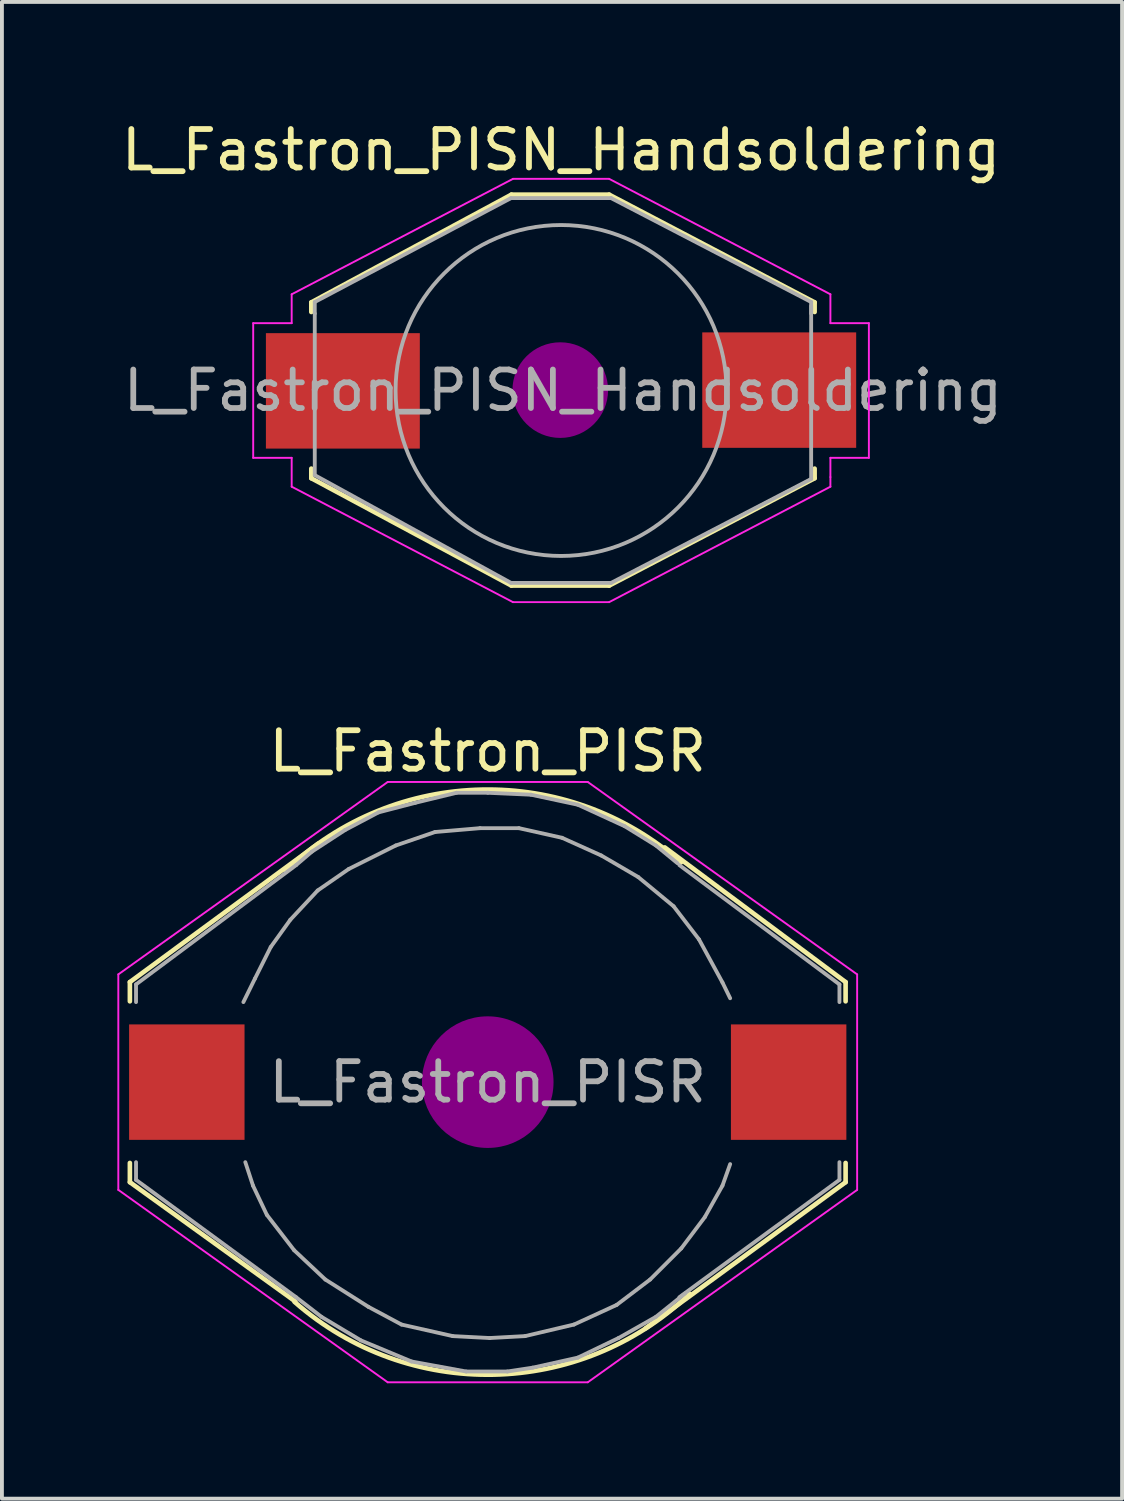
<source format=kicad_pcb>
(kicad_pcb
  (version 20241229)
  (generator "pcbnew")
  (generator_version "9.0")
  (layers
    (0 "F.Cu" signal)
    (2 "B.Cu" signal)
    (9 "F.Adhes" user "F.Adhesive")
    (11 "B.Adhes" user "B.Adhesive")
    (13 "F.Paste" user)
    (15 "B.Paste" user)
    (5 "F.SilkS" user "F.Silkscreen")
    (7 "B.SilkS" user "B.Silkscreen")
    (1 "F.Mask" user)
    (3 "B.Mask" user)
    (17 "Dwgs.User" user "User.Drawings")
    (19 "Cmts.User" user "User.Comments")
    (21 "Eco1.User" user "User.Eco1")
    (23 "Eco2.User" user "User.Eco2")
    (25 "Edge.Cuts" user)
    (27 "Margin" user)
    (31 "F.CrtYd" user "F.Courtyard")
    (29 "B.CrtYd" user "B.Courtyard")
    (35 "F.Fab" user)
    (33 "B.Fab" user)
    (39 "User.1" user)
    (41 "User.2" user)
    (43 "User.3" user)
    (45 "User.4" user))
  (footprint "L_Fastron_PISR"
    (layer "F.Cu")
    (at 9.625 25.072)
    (property "Reference" "L_Fastron_PISR" (at 0 -8.6 0) (layer "F.SilkS") (effects (font (size 1 1) (thickness 0.15))))
    (attr smd)
    (fp_line (start -9.3 -2.6) (end -9.3 -2.1) (stroke (width 0.12) (type solid)) (layer "F.SilkS"))
    (fp_line (start -9.3 -2.6) (end -4.4 -6.2) (stroke (width 0.12) (type solid)) (layer "F.SilkS"))
    (fp_line (start -9.3 2.6) (end -9.3 2.1) (stroke (width 0.12) (type solid)) (layer "F.SilkS"))
    (fp_line (start -5 5.7) (end -9.3 2.6) (stroke (width 0.12) (type solid)) (layer "F.SilkS"))
    (fp_line (start 4.1 6.4) (end 9.3 2.6) (stroke (width 0.12) (type solid)) (layer "F.SilkS"))
    (fp_line (start 4.6 -6.1) (end 9.3 -2.6) (stroke (width 0.12) (type solid)) (layer "F.SilkS"))
    (fp_line (start 9.3 -2.6) (end 9.3 -2.1) (stroke (width 0.12) (type solid)) (layer "F.SilkS"))
    (fp_line (start 9.3 2.6) (end 9.3 2.1) (stroke (width 0.12) (type solid)) (layer "F.SilkS"))
    (fp_arc (start -5.25 -5.5) (mid -0.15496 -7.601874) (end 5.021503 -5.709379) (stroke (width 0.12) (type solid)) (layer "F.SilkS"))
    (fp_arc (start 5.25 5.5) (mid 0.15496 7.601874) (end -5.021503 5.709379) (stroke (width 0.12) (type solid)) (layer "F.SilkS"))
    (fp_line (start 0 -0.25) (end 0 0.25) (stroke (width 0.38) (type solid)) (layer "F.Adhes"))
    (fp_circle (center 0 0) (end 0 0.25) (stroke (width 0.38) (type solid)) (fill no) (layer "F.Adhes"))
    (fp_circle (center 0 0) (end 0 0.51) (stroke (width 0.38) (type solid)) (fill no) (layer "F.Adhes"))
    (fp_circle (center 0 0) (end 0 0.76) (stroke (width 0.38) (type solid)) (fill no) (layer "F.Adhes"))
    (fp_circle (center 0 0) (end 0 1.02) (stroke (width 0.38) (type solid)) (fill no) (layer "F.Adhes"))
    (fp_circle (center 0 0) (end 0 1.27) (stroke (width 0.38) (type solid)) (fill no) (layer "F.Adhes"))
    (fp_circle (center 0 0) (end 0 1.52) (stroke (width 0.38) (type solid)) (fill no) (layer "F.Adhes"))
    (fp_line (start -9.6 -2.8) (end -2.6 -7.8) (stroke (width 0.05) (type solid)) (layer "F.CrtYd"))
    (fp_line (start -9.6 2.8) (end -9.6 -2.8) (stroke (width 0.05) (type solid)) (layer "F.CrtYd"))
    (fp_line (start -2.6 -7.8) (end 2.6 -7.8) (stroke (width 0.05) (type solid)) (layer "F.CrtYd"))
    (fp_line (start -2.6 7.8) (end -9.6 2.8) (stroke (width 0.05) (type solid)) (layer "F.CrtYd"))
    (fp_line (start 2.6 -7.8) (end 9.6 -2.8) (stroke (width 0.05) (type solid)) (layer "F.CrtYd"))
    (fp_line (start 2.6 7.8) (end -2.6 7.8) (stroke (width 0.05) (type solid)) (layer "F.CrtYd"))
    (fp_line (start 9.6 -2.8) (end 9.6 2.8) (stroke (width 0.05) (type solid)) (layer "F.CrtYd"))
    (fp_line (start 9.6 2.8) (end 2.6 7.8) (stroke (width 0.05) (type solid)) (layer "F.CrtYd"))
    (fp_line (start -9.14 -2.54) (end -4.98 -5.64) (stroke (width 0.1) (type solid)) (layer "F.Fab"))
    (fp_line (start -9.14 -2.08) (end -9.14 -2.54) (stroke (width 0.1) (type solid)) (layer "F.Fab"))
    (fp_line (start -9.14 2.08) (end -9.14 2.54) (stroke (width 0.1) (type solid)) (layer "F.Fab"))
    (fp_line (start -9.14 2.54) (end -4.98 5.59) (stroke (width 0.1) (type solid)) (layer "F.Fab"))
    (fp_line (start -6.35 -2.08) (end -6.05 -2.69) (stroke (width 0.1) (type solid)) (layer "F.Fab"))
    (fp_line (start -6.3 2.08) (end -6.1 2.69) (stroke (width 0.1) (type solid)) (layer "F.Fab"))
    (fp_line (start -6.1 2.69) (end -5.74 3.45) (stroke (width 0.1) (type solid)) (layer "F.Fab"))
    (fp_line (start -6.05 -2.69) (end -5.64 -3.51) (stroke (width 0.1) (type solid)) (layer "F.Fab"))
    (fp_line (start -5.74 3.45) (end -5.03 4.37) (stroke (width 0.1) (type solid)) (layer "F.Fab"))
    (fp_line (start -5.64 -3.51) (end -5.13 -4.22) (stroke (width 0.1) (type solid)) (layer "F.Fab"))
    (fp_line (start -5.13 -4.22) (end -4.42 -4.98) (stroke (width 0.1) (type solid)) (layer "F.Fab"))
    (fp_line (start -5.03 4.37) (end -4.22 5.13) (stroke (width 0.1) (type solid)) (layer "F.Fab"))
    (fp_line (start -4.98 -5.64) (end -4.57 -5.99) (stroke (width 0.1) (type solid)) (layer "F.Fab"))
    (fp_line (start -4.98 5.59) (end -4.32 6.1) (stroke (width 0.1) (type solid)) (layer "F.Fab"))
    (fp_line (start -4.57 -5.99) (end -3.71 -6.55) (stroke (width 0.1) (type solid)) (layer "F.Fab"))
    (fp_line (start -4.42 -4.98) (end -3.61 -5.54) (stroke (width 0.1) (type solid)) (layer "F.Fab"))
    (fp_line (start -4.32 6.1) (end -3.3 6.71) (stroke (width 0.1) (type solid)) (layer "F.Fab"))
    (fp_line (start -4.22 5.13) (end -3.1 5.84) (stroke (width 0.1) (type solid)) (layer "F.Fab"))
    (fp_line (start -3.71 -6.55) (end -2.84 -7.01) (stroke (width 0.1) (type solid)) (layer "F.Fab"))
    (fp_line (start -3.61 -5.54) (end -2.39 -6.15) (stroke (width 0.1) (type solid)) (layer "F.Fab"))
    (fp_line (start -3.3 6.71) (end -1.98 7.26) (stroke (width 0.1) (type solid)) (layer "F.Fab"))
    (fp_line (start -3.1 5.84) (end -2.24 6.3) (stroke (width 0.1) (type solid)) (layer "F.Fab"))
    (fp_line (start -2.84 -7.01) (end -1.88 -7.26) (stroke (width 0.1) (type solid)) (layer "F.Fab"))
    (fp_line (start -2.39 -6.15) (end -1.37 -6.5) (stroke (width 0.1) (type solid)) (layer "F.Fab"))
    (fp_line (start -2.24 6.3) (end -0.91 6.6) (stroke (width 0.1) (type solid)) (layer "F.Fab"))
    (fp_line (start -1.98 7.26) (end -0.56 7.52) (stroke (width 0.1) (type solid)) (layer "F.Fab"))
    (fp_line (start -1.88 -7.26) (end -0.81 -7.52) (stroke (width 0.1) (type solid)) (layer "F.Fab"))
    (fp_line (start -1.37 -6.5) (end -0.2 -6.6) (stroke (width 0.1) (type solid)) (layer "F.Fab"))
    (fp_line (start -0.91 6.6) (end 0.05 6.65) (stroke (width 0.1) (type solid)) (layer "F.Fab"))
    (fp_line (start -0.81 -7.52) (end 0 -7.52) (stroke (width 0.1) (type solid)) (layer "F.Fab"))
    (fp_line (start -0.56 7.52) (end 0.51 7.52) (stroke (width 0.1) (type solid)) (layer "F.Fab"))
    (fp_line (start -0.2 -6.6) (end 0.81 -6.6) (stroke (width 0.1) (type solid)) (layer "F.Fab"))
    (fp_line (start 0 -7.52) (end 1.12 -7.47) (stroke (width 0.1) (type solid)) (layer "F.Fab"))
    (fp_line (start 0.05 6.65) (end 0.97 6.6) (stroke (width 0.1) (type solid)) (layer "F.Fab"))
    (fp_line (start 0.51 7.52) (end 1.17 7.42) (stroke (width 0.1) (type solid)) (layer "F.Fab"))
    (fp_line (start 0.81 -6.6) (end 1.93 -6.35) (stroke (width 0.1) (type solid)) (layer "F.Fab"))
    (fp_line (start 0.97 6.6) (end 2.24 6.3) (stroke (width 0.1) (type solid)) (layer "F.Fab"))
    (fp_line (start 1.12 -7.47) (end 2.34 -7.21) (stroke (width 0.1) (type solid)) (layer "F.Fab"))
    (fp_line (start 1.17 7.42) (end 2.34 7.16) (stroke (width 0.1) (type solid)) (layer "F.Fab"))
    (fp_line (start 1.93 -6.35) (end 2.95 -5.89) (stroke (width 0.1) (type solid)) (layer "F.Fab"))
    (fp_line (start 2.24 6.3) (end 3.35 5.79) (stroke (width 0.1) (type solid)) (layer "F.Fab"))
    (fp_line (start 2.34 -7.21) (end 3.56 -6.65) (stroke (width 0.1) (type solid)) (layer "F.Fab"))
    (fp_line (start 2.34 7.16) (end 3.4 6.65) (stroke (width 0.1) (type solid)) (layer "F.Fab"))
    (fp_line (start 2.95 -5.89) (end 3.91 -5.33) (stroke (width 0.1) (type solid)) (layer "F.Fab"))
    (fp_line (start 3.35 5.79) (end 4.22 5.13) (stroke (width 0.1) (type solid)) (layer "F.Fab"))
    (fp_line (start 3.4 6.65) (end 4.37 6.1) (stroke (width 0.1) (type solid)) (layer "F.Fab"))
    (fp_line (start 3.56 -6.65) (end 4.37 -6.15) (stroke (width 0.1) (type solid)) (layer "F.Fab"))
    (fp_line (start 3.91 -5.33) (end 4.83 -4.57) (stroke (width 0.1) (type solid)) (layer "F.Fab"))
    (fp_line (start 4.22 5.13) (end 5.03 4.32) (stroke (width 0.1) (type solid)) (layer "F.Fab"))
    (fp_line (start 4.37 -6.15) (end 4.93 -5.69) (stroke (width 0.1) (type solid)) (layer "F.Fab"))
    (fp_line (start 4.37 6.1) (end 5.13 5.49) (stroke (width 0.1) (type solid)) (layer "F.Fab"))
    (fp_line (start 4.83 -4.57) (end 5.49 -3.71) (stroke (width 0.1) (type solid)) (layer "F.Fab"))
    (fp_line (start 5.03 4.32) (end 5.64 3.51) (stroke (width 0.1) (type solid)) (layer "F.Fab"))
    (fp_line (start 5.49 -3.71) (end 6.1 -2.59) (stroke (width 0.1) (type solid)) (layer "F.Fab"))
    (fp_line (start 5.64 3.51) (end 6.1 2.69) (stroke (width 0.1) (type solid)) (layer "F.Fab"))
    (fp_line (start 6.1 -2.59) (end 6.3 -2.18) (stroke (width 0.1) (type solid)) (layer "F.Fab"))
    (fp_line (start 6.1 2.69) (end 6.3 2.13) (stroke (width 0.1) (type solid)) (layer "F.Fab"))
    (fp_line (start 9.14 -2.54) (end 4.98 -5.64) (stroke (width 0.1) (type solid)) (layer "F.Fab"))
    (fp_line (start 9.14 -2.08) (end 9.14 -2.54) (stroke (width 0.1) (type solid)) (layer "F.Fab"))
    (fp_line (start 9.14 2.08) (end 9.14 2.54) (stroke (width 0.1) (type solid)) (layer "F.Fab"))
    (fp_line (start 9.14 2.54) (end 4.98 5.59) (stroke (width 0.1) (type solid)) (layer "F.Fab"))
    (fp_text user "${REFERENCE}" (at 0 0 0) (layer "F.Fab") (effects (font (size 1 1) (thickness 0.15))))
    (pad "1" smd rect (at 7.82 0) (size 3 3) (layers "F.Cu" "F.Mask" "F.Paste"))
    (pad "2" smd rect (at -7.82 0) (size 3 3) (layers "F.Cu" "F.Mask" "F.Paste")))
  (footprint "L_Fastron_PISN_Handsoldering"
    (layer "F.Cu")
    (at 11.53 7.098)
    (property "Reference" "L_Fastron_PISN_Handsoldering" (at 0 -6.25 0) (layer "F.SilkS") (effects (font (size 1 1) (thickness 0.15))))
    (attr smd)
    (fp_line (start -6.49 -2.29) (end -6.49 -2.04) (stroke (width 0.12) (type solid)) (layer "F.SilkS"))
    (fp_line (start -6.49 2.28) (end -6.49 2.03) (stroke (width 0.12) (type solid)) (layer "F.SilkS"))
    (fp_line (start -1.29 -5.09) (end -6.49 -2.29) (stroke (width 0.12) (type solid)) (layer "F.SilkS"))
    (fp_line (start -1.29 -5.09) (end 1.25 -5.09) (stroke (width 0.12) (type solid)) (layer "F.SilkS"))
    (fp_line (start -1.29 5.07) (end -6.49 2.28) (stroke (width 0.12) (type solid)) (layer "F.SilkS"))
    (fp_line (start -1.29 5.07) (end 1.25 5.07) (stroke (width 0.12) (type solid)) (layer "F.SilkS"))
    (fp_line (start 1.25 -5.09) (end 6.59 -2.29) (stroke (width 0.12) (type solid)) (layer "F.SilkS"))
    (fp_line (start 1.25 5.07) (end 6.59 2.28) (stroke (width 0.12) (type solid)) (layer "F.SilkS"))
    (fp_line (start 6.59 -2.29) (end 6.59 -2.04) (stroke (width 0.12) (type solid)) (layer "F.SilkS"))
    (fp_line (start 6.59 2.28) (end 6.59 2.03) (stroke (width 0.12) (type solid)) (layer "F.SilkS"))
    (fp_line (start -0.02 -0.26) (end -0.02 0.25) (stroke (width 0.38) (type solid)) (layer "F.Adhes"))
    (fp_circle (center -0.02 -0.01) (end -0.02 0.5) (stroke (width 0.38) (type solid)) (fill no) (layer "F.Adhes"))
    (fp_circle (center -0.02 -0.01) (end 0.24 -0.01) (stroke (width 0.38) (type solid)) (fill no) (layer "F.Adhes"))
    (fp_circle (center -0.02 -0.01) (end 0.24 0.76) (stroke (width 0.38) (type solid)) (fill no) (layer "F.Adhes"))
    (fp_circle (center -0.02 -0.01) (end 0.24 1.01) (stroke (width 0.38) (type solid)) (fill no) (layer "F.Adhes"))
    (fp_line (start -8 -1.75) (end -8 1.75) (stroke (width 0.05) (type solid)) (layer "F.CrtYd"))
    (fp_line (start -8 1.75) (end -7 1.75) (stroke (width 0.05) (type solid)) (layer "F.CrtYd"))
    (fp_line (start -7 -2.5) (end -7 -1.75) (stroke (width 0.05) (type solid)) (layer "F.CrtYd"))
    (fp_line (start -7 -2.5) (end -1.25 -5.5) (stroke (width 0.05) (type solid)) (layer "F.CrtYd"))
    (fp_line (start -7 -1.75) (end -8 -1.75) (stroke (width 0.05) (type solid)) (layer "F.CrtYd"))
    (fp_line (start -7 1.75) (end -7 2.5) (stroke (width 0.05) (type solid)) (layer "F.CrtYd"))
    (fp_line (start -1.25 -5.5) (end 1.25 -5.5) (stroke (width 0.05) (type solid)) (layer "F.CrtYd"))
    (fp_line (start -1.25 5.5) (end -7 2.5) (stroke (width 0.05) (type solid)) (layer "F.CrtYd"))
    (fp_line (start 1.25 -5.5) (end 7 -2.5) (stroke (width 0.05) (type solid)) (layer "F.CrtYd"))
    (fp_line (start 1.25 5.5) (end -1.25 5.5) (stroke (width 0.05) (type solid)) (layer "F.CrtYd"))
    (fp_line (start 7 -1.75) (end 7 -2.5) (stroke (width 0.05) (type solid)) (layer "F.CrtYd"))
    (fp_line (start 7 1.75) (end 8 1.75) (stroke (width 0.05) (type solid)) (layer "F.CrtYd"))
    (fp_line (start 7 2.25) (end 7 1.75) (stroke (width 0.05) (type solid)) (layer "F.CrtYd"))
    (fp_line (start 7 2.25) (end 7 2.5) (stroke (width 0.05) (type solid)) (layer "F.CrtYd"))
    (fp_line (start 7 2.5) (end 1.25 5.5) (stroke (width 0.05) (type solid)) (layer "F.CrtYd"))
    (fp_line (start 8 -1.75) (end 7 -1.75) (stroke (width 0.05) (type solid)) (layer "F.CrtYd"))
    (fp_line (start 8 1.75) (end 8 -1.75) (stroke (width 0.05) (type solid)) (layer "F.CrtYd"))
    (fp_line (start -6.4 -2.3) (end -1.3 -5) (stroke (width 0.1) (type solid)) (layer "F.Fab"))
    (fp_line (start -6.4 -2) (end -6.4 -2.3) (stroke (width 0.1) (type solid)) (layer "F.Fab"))
    (fp_line (start -6.4 -2) (end -6.4 2.2) (stroke (width 0.1) (type solid)) (layer "F.Fab"))
    (fp_line (start -6.4 2.2) (end -1.3 5) (stroke (width 0.1) (type solid)) (layer "F.Fab"))
    (fp_line (start -1.3 -5) (end 1.3 -5) (stroke (width 0.1) (type solid)) (layer "F.Fab"))
    (fp_line (start -1.3 5) (end 1.3 5) (stroke (width 0.1) (type solid)) (layer "F.Fab"))
    (fp_line (start 1.3 -5) (end 6.5 -2.3) (stroke (width 0.1) (type solid)) (layer "F.Fab"))
    (fp_line (start 1.3 5) (end 6.5 2.3) (stroke (width 0.1) (type solid)) (layer "F.Fab"))
    (fp_line (start 6.5 -2.3) (end 6.5 -2) (stroke (width 0.1) (type solid)) (layer "F.Fab"))
    (fp_line (start 6.5 2.3) (end 6.5 -2.2) (stroke (width 0.1) (type solid)) (layer "F.Fab"))
    (fp_circle (center 0 0) (end 0 -4.3) (stroke (width 0.1) (type solid)) (fill no) (layer "F.Fab"))
    (fp_text user "${REFERENCE}" (at 0.05 0 0) (layer "F.Fab") (effects (font (size 1 1) (thickness 0.15))))
    (pad "1" smd rect (at 5.67 -0.01) (size 4 3) (layers "F.Cu" "F.Mask" "F.Paste"))
    (pad "2" smd rect (at -5.67 0.01) (size 4 3) (layers "F.Cu" "F.Mask" "F.Paste")))
  (gr_rect
    (start -3 -3)
    (end 26.11 35.897)
    (stroke (width 0.1) (type default))
    (fill no)
    (layer "Edge.Cuts")))
</source>
